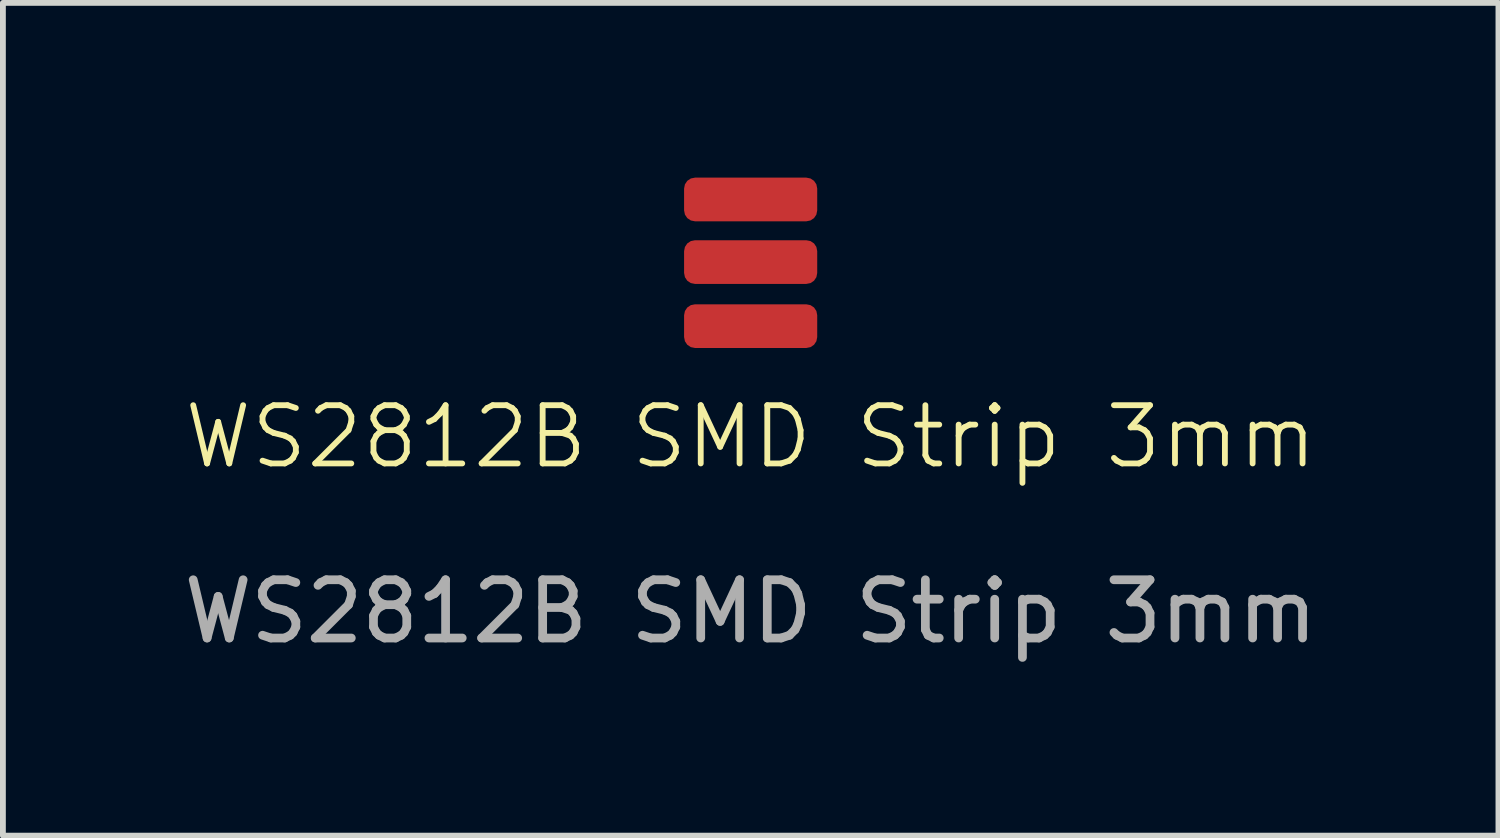
<source format=kicad_pcb>
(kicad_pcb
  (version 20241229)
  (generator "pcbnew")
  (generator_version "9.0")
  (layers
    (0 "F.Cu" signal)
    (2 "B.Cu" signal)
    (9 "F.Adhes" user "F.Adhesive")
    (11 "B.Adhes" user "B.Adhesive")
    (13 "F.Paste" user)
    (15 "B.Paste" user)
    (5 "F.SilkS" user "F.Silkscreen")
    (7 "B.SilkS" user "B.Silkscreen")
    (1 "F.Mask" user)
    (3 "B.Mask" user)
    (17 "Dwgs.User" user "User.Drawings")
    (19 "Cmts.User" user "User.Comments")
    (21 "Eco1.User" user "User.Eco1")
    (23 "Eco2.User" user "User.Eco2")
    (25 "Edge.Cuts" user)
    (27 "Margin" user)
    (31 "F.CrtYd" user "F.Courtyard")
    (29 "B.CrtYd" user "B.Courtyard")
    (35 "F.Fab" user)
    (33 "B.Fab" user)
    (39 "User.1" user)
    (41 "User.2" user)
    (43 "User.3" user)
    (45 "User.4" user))
  (footprint "WS2812B SMD Strip 3mm"
    (layer "F.Cu")
    (at 9.839 4.95)
    (property "Reference" "WS2812B SMD Strip 3mm" (at 0 -0.5 0) (unlocked yes) (layer "F.SilkS") (effects (font (size 1 1) (thickness 0.1))))
    (attr smd)
    (fp_text user "${REFERENCE}" (at 0 2.5 0) (unlocked yes) (layer "F.Fab") (effects (font (size 1 1) (thickness 0.15))))
    (pad "1" smd roundrect (at 0 -4.575) (size 2.286 0.75) (layers "F.Cu" "F.Mask" "F.Paste") (roundrect_rratio 0.25))
    (pad "2" smd roundrect (at 0 -3.5) (size 2.286 0.75) (layers "F.Cu" "F.Mask" "F.Paste") (roundrect_rratio 0.25))
    (pad "3" smd roundrect (at 0 -2.4) (size 2.286 0.75) (layers "F.Cu" "F.Mask" "F.Paste") (roundrect_rratio 0.25)))
  (gr_rect
    (start -3 -3)
    (end 22.679 11.298)
    (stroke (width 0.1) (type default))
    (fill no)
    (layer "Edge.Cuts")))
</source>
